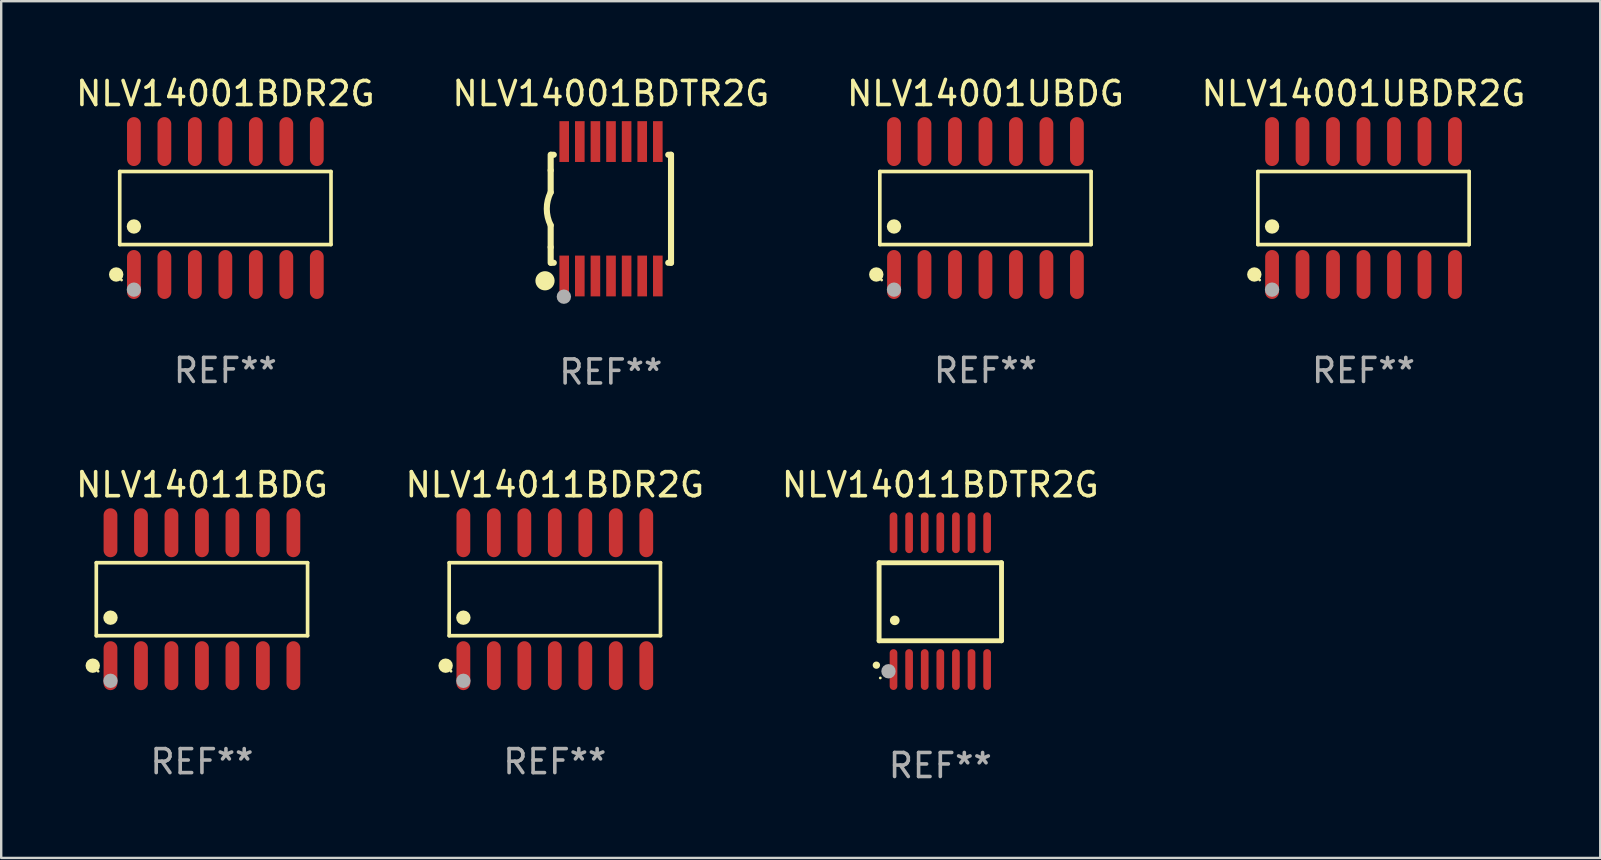
<source format=kicad_pcb>
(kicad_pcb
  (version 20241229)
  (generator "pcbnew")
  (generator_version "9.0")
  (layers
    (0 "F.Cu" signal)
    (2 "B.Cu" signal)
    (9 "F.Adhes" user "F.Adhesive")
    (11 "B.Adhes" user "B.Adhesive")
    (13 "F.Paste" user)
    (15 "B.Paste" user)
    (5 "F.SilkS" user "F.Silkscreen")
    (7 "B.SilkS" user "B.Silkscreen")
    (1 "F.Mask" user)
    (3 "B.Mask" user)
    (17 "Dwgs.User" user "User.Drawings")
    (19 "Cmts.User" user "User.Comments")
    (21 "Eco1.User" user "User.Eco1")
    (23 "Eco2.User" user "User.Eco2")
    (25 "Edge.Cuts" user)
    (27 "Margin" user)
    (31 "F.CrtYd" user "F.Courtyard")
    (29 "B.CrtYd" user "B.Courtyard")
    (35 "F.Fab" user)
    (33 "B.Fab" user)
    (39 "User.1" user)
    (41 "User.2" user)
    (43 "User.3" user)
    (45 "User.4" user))
  (footprint "NLV14011BDR2G"
    (layer "F.Cu")
    (at 20.065 21.914)
    (property "Reference" "NLV14011BDR2G" (at 0 -4.769 0) (layer "F.SilkS") (effects (font (size 1 1) (thickness 0.15))))
    (attr through_hole)
    (fp_line (start -4.401 -1.521) (end 4.401 -1.521) (stroke (width 0.152) (type solid)) (layer "F.SilkS"))
    (fp_line (start -4.401 1.521) (end -4.401 -1.521) (stroke (width 0.152) (type solid)) (layer "F.SilkS"))
    (fp_line (start 4.401 -1.521) (end 4.401 1.521) (stroke (width 0.152) (type solid)) (layer "F.SilkS"))
    (fp_line (start 4.401 1.521) (end -4.401 1.521) (stroke (width 0.152) (type solid)) (layer "F.SilkS"))
    (fp_circle (center -4.549 2.769) (end -4.399 2.769) (stroke (width 0.3) (type solid)) (fill no) (layer "F.SilkS"))
    (fp_circle (center -4.325 3) (end -4.295 3) (stroke (width 0.06) (type solid)) (fill no) (layer "F.SilkS"))
    (fp_circle (center -3.81 0.769) (end -3.66 0.769) (stroke (width 0.3) (type solid)) (fill no) (layer "F.SilkS"))
    (fp_circle (center -3.81 3.4) (end -3.66 3.4) (stroke (width 0.3) (type solid)) (fill no) (layer "F.Fab"))
    (fp_text user "REF**" (at 0 6.769 0) (layer "F.Fab") (effects (font (size 1 1) (thickness 0.15))))
    (pad "1" smd oval (at -3.81 2.769) (size 0.574 2.038) (layers "F.Cu" "F.Mask" "F.Paste"))
    (pad "2" smd oval (at -2.54 2.769) (size 0.574 2.038) (layers "F.Cu" "F.Mask" "F.Paste"))
    (pad "3" smd oval (at -1.27 2.769) (size 0.574 2.038) (layers "F.Cu" "F.Mask" "F.Paste"))
    (pad "4" smd oval (at 0 2.769) (size 0.574 2.038) (layers "F.Cu" "F.Mask" "F.Paste"))
    (pad "5" smd oval (at 1.27 2.769) (size 0.574 2.038) (layers "F.Cu" "F.Mask" "F.Paste"))
    (pad "6" smd oval (at 2.54 2.769) (size 0.574 2.038) (layers "F.Cu" "F.Mask" "F.Paste"))
    (pad "7" smd oval (at 3.81 2.769) (size 0.574 2.038) (layers "F.Cu" "F.Mask" "F.Paste"))
    (pad "8" smd oval (at 3.81 -2.769) (size 0.574 2.038) (layers "F.Cu" "F.Mask" "F.Paste"))
    (pad "9" smd oval (at 2.54 -2.769) (size 0.574 2.038) (layers "F.Cu" "F.Mask" "F.Paste"))
    (pad "10" smd oval (at 1.27 -2.769) (size 0.574 2.038) (layers "F.Cu" "F.Mask" "F.Paste"))
    (pad "11" smd oval (at 0 -2.769) (size 0.574 2.038) (layers "F.Cu" "F.Mask" "F.Paste"))
    (pad "12" smd oval (at -1.27 -2.769) (size 0.574 2.038) (layers "F.Cu" "F.Mask" "F.Paste"))
    (pad "13" smd oval (at -2.54 -2.769) (size 0.574 2.038) (layers "F.Cu" "F.Mask" "F.Paste"))
    (pad "14" smd oval (at -3.81 -2.769) (size 0.574 2.038) (layers "F.Cu" "F.Mask" "F.Paste")))
  (footprint "NLV14001UBDG"
    (layer "F.Cu")
    (at 38.006 5.617)
    (property "Reference" "NLV14001UBDG" (at 0 -4.769 0) (layer "F.SilkS") (effects (font (size 1 1) (thickness 0.15))))
    (attr through_hole)
    (fp_line (start -4.401 -1.521) (end 4.401 -1.521) (stroke (width 0.152) (type solid)) (layer "F.SilkS"))
    (fp_line (start -4.401 1.521) (end -4.401 -1.521) (stroke (width 0.152) (type solid)) (layer "F.SilkS"))
    (fp_line (start 4.401 -1.521) (end 4.401 1.521) (stroke (width 0.152) (type solid)) (layer "F.SilkS"))
    (fp_line (start 4.401 1.521) (end -4.401 1.521) (stroke (width 0.152) (type solid)) (layer "F.SilkS"))
    (fp_circle (center -4.549 2.769) (end -4.399 2.769) (stroke (width 0.3) (type solid)) (fill no) (layer "F.SilkS"))
    (fp_circle (center -4.325 3) (end -4.295 3) (stroke (width 0.06) (type solid)) (fill no) (layer "F.SilkS"))
    (fp_circle (center -3.81 0.769) (end -3.66 0.769) (stroke (width 0.3) (type solid)) (fill no) (layer "F.SilkS"))
    (fp_circle (center -3.81 3.4) (end -3.66 3.4) (stroke (width 0.3) (type solid)) (fill no) (layer "F.Fab"))
    (fp_text user "REF**" (at 0 6.769 0) (layer "F.Fab") (effects (font (size 1 1) (thickness 0.15))))
    (pad "1" smd oval (at -3.81 2.769) (size 0.574 2.038) (layers "F.Cu" "F.Mask" "F.Paste"))
    (pad "2" smd oval (at -2.54 2.769) (size 0.574 2.038) (layers "F.Cu" "F.Mask" "F.Paste"))
    (pad "3" smd oval (at -1.27 2.769) (size 0.574 2.038) (layers "F.Cu" "F.Mask" "F.Paste"))
    (pad "4" smd oval (at 0 2.769) (size 0.574 2.038) (layers "F.Cu" "F.Mask" "F.Paste"))
    (pad "5" smd oval (at 1.27 2.769) (size 0.574 2.038) (layers "F.Cu" "F.Mask" "F.Paste"))
    (pad "6" smd oval (at 2.54 2.769) (size 0.574 2.038) (layers "F.Cu" "F.Mask" "F.Paste"))
    (pad "7" smd oval (at 3.81 2.769) (size 0.574 2.038) (layers "F.Cu" "F.Mask" "F.Paste"))
    (pad "8" smd oval (at 3.81 -2.769) (size 0.574 2.038) (layers "F.Cu" "F.Mask" "F.Paste"))
    (pad "9" smd oval (at 2.54 -2.769) (size 0.574 2.038) (layers "F.Cu" "F.Mask" "F.Paste"))
    (pad "10" smd oval (at 1.27 -2.769) (size 0.574 2.038) (layers "F.Cu" "F.Mask" "F.Paste"))
    (pad "11" smd oval (at 0 -2.769) (size 0.574 2.038) (layers "F.Cu" "F.Mask" "F.Paste"))
    (pad "12" smd oval (at -1.27 -2.769) (size 0.574 2.038) (layers "F.Cu" "F.Mask" "F.Paste"))
    (pad "13" smd oval (at -2.54 -2.769) (size 0.574 2.038) (layers "F.Cu" "F.Mask" "F.Paste"))
    (pad "14" smd oval (at -3.81 -2.769) (size 0.574 2.038) (layers "F.Cu" "F.Mask" "F.Paste")))
  (footprint "NLV14011BDG"
    (layer "F.Cu")
    (at 5.363 21.914)
    (property "Reference" "NLV14011BDG" (at 0 -4.769 0) (layer "F.SilkS") (effects (font (size 1 1) (thickness 0.15))))
    (attr through_hole)
    (fp_line (start -4.401 -1.521) (end 4.401 -1.521) (stroke (width 0.152) (type solid)) (layer "F.SilkS"))
    (fp_line (start -4.401 1.521) (end -4.401 -1.521) (stroke (width 0.152) (type solid)) (layer "F.SilkS"))
    (fp_line (start 4.401 -1.521) (end 4.401 1.521) (stroke (width 0.152) (type solid)) (layer "F.SilkS"))
    (fp_line (start 4.401 1.521) (end -4.401 1.521) (stroke (width 0.152) (type solid)) (layer "F.SilkS"))
    (fp_circle (center -4.549 2.769) (end -4.399 2.769) (stroke (width 0.3) (type solid)) (fill no) (layer "F.SilkS"))
    (fp_circle (center -4.325 3) (end -4.295 3) (stroke (width 0.06) (type solid)) (fill no) (layer "F.SilkS"))
    (fp_circle (center -3.81 0.769) (end -3.66 0.769) (stroke (width 0.3) (type solid)) (fill no) (layer "F.SilkS"))
    (fp_circle (center -3.81 3.4) (end -3.66 3.4) (stroke (width 0.3) (type solid)) (fill no) (layer "F.Fab"))
    (fp_text user "REF**" (at 0 6.769 0) (layer "F.Fab") (effects (font (size 1 1) (thickness 0.15))))
    (pad "1" smd oval (at -3.81 2.769) (size 0.574 2.038) (layers "F.Cu" "F.Mask" "F.Paste"))
    (pad "2" smd oval (at -2.54 2.769) (size 0.574 2.038) (layers "F.Cu" "F.Mask" "F.Paste"))
    (pad "3" smd oval (at -1.27 2.769) (size 0.574 2.038) (layers "F.Cu" "F.Mask" "F.Paste"))
    (pad "4" smd oval (at 0 2.769) (size 0.574 2.038) (layers "F.Cu" "F.Mask" "F.Paste"))
    (pad "5" smd oval (at 1.27 2.769) (size 0.574 2.038) (layers "F.Cu" "F.Mask" "F.Paste"))
    (pad "6" smd oval (at 2.54 2.769) (size 0.574 2.038) (layers "F.Cu" "F.Mask" "F.Paste"))
    (pad "7" smd oval (at 3.81 2.769) (size 0.574 2.038) (layers "F.Cu" "F.Mask" "F.Paste"))
    (pad "8" smd oval (at 3.81 -2.769) (size 0.574 2.038) (layers "F.Cu" "F.Mask" "F.Paste"))
    (pad "9" smd oval (at 2.54 -2.769) (size 0.574 2.038) (layers "F.Cu" "F.Mask" "F.Paste"))
    (pad "10" smd oval (at 1.27 -2.769) (size 0.574 2.038) (layers "F.Cu" "F.Mask" "F.Paste"))
    (pad "11" smd oval (at 0 -2.769) (size 0.574 2.038) (layers "F.Cu" "F.Mask" "F.Paste"))
    (pad "12" smd oval (at -1.27 -2.769) (size 0.574 2.038) (layers "F.Cu" "F.Mask" "F.Paste"))
    (pad "13" smd oval (at -2.54 -2.769) (size 0.574 2.038) (layers "F.Cu" "F.Mask" "F.Paste"))
    (pad "14" smd oval (at -3.81 -2.769) (size 0.574 2.038) (layers "F.Cu" "F.Mask" "F.Paste")))
  (footprint "NLV14001BDTR2G"
    (layer "F.Cu")
    (at 22.399 5.648)
    (property "Reference" "NLV14001BDTR2G" (at 0 -4.8 0) (layer "F.SilkS") (effects (font (size 1 1) (thickness 0.15))))
    (attr through_hole)
    (fp_line (start -2.507 -1.6) (end -2.507 -2.25) (stroke (width 0.254) (type solid)) (layer "F.SilkS"))
    (fp_line (start -2.507 -0.686) (end -2.507 -1.6) (stroke (width 0.254) (type solid)) (layer "F.SilkS"))
    (fp_line (start -2.507 1.6) (end -2.507 0.686) (stroke (width 0.254) (type solid)) (layer "F.SilkS"))
    (fp_line (start -2.507 1.6) (end -2.507 2.25) (stroke (width 0.254) (type solid)) (layer "F.SilkS"))
    (fp_line (start -2.493 -2.25) (end -2.377 -2.25) (stroke (width 0.254) (type solid)) (layer "F.SilkS"))
    (fp_line (start -2.377 2.25) (end -2.493 2.25) (stroke (width 0.254) (type solid)) (layer "F.SilkS"))
    (fp_line (start 2.392 -2.25) (end 2.507 -2.25) (stroke (width 0.254) (type solid)) (layer "F.SilkS"))
    (fp_line (start 2.507 -2.25) (end 2.507 2.25) (stroke (width 0.254) (type solid)) (layer "F.SilkS"))
    (fp_line (start 2.507 2.25) (end 2.392 2.25) (stroke (width 0.254) (type solid)) (layer "F.SilkS"))
    (fp_arc (start -2.507303 0.685802) (mid -2.669199 0) (end -2.507303 -0.685801) (stroke (width 0.254001) (type solid)) (layer "F.SilkS"))
    (fp_circle (center -2.743 3) (end -2.543 3) (stroke (width 0.4) (type solid)) (fill no) (layer "F.SilkS"))
    (fp_circle (center -2.493 3.2) (end -2.463 3.2) (stroke (width 0.06) (type solid)) (fill no) (layer "F.SilkS"))
    (fp_circle (center -1.957 3.662) (end -1.807 3.662) (stroke (width 0.3) (type solid)) (fill no) (layer "F.Fab"))
    (fp_text user "REF**" (at 0 6.8 0) (layer "F.Fab") (effects (font (size 1 1) (thickness 0.15))))
    (pad "1" smd rect (at -1.943 2.8) (size 0.4 1.7) (layers "F.Cu" "F.Mask" "F.Paste"))
    (pad "2" smd rect (at -1.293 2.8) (size 0.4 1.7) (layers "F.Cu" "F.Mask" "F.Paste"))
    (pad "3" smd rect (at -0.643 2.8) (size 0.4 1.7) (layers "F.Cu" "F.Mask" "F.Paste"))
    (pad "4" smd rect (at 0.007 2.8) (size 0.4 1.7) (layers "F.Cu" "F.Mask" "F.Paste"))
    (pad "5" smd rect (at 0.657 2.8) (size 0.4 1.7) (layers "F.Cu" "F.Mask" "F.Paste"))
    (pad "6" smd rect (at 1.307 2.8) (size 0.4 1.7) (layers "F.Cu" "F.Mask" "F.Paste"))
    (pad "7" smd rect (at 1.957 2.8) (size 0.4 1.7) (layers "F.Cu" "F.Mask" "F.Paste"))
    (pad "8" smd rect (at 1.957 -2.8) (size 0.4 1.7) (layers "F.Cu" "F.Mask" "F.Paste"))
    (pad "9" smd rect (at 1.307 -2.8) (size 0.4 1.7) (layers "F.Cu" "F.Mask" "F.Paste"))
    (pad "10" smd rect (at 0.657 -2.8) (size 0.4 1.7) (layers "F.Cu" "F.Mask" "F.Paste"))
    (pad "11" smd rect (at 0.007 -2.8) (size 0.4 1.7) (layers "F.Cu" "F.Mask" "F.Paste"))
    (pad "12" smd rect (at -0.643 -2.8) (size 0.4 1.7) (layers "F.Cu" "F.Mask" "F.Paste"))
    (pad "13" smd rect (at -1.293 -2.8) (size 0.4 1.7) (layers "F.Cu" "F.Mask" "F.Paste"))
    (pad "14" smd rect (at -1.943 -2.8) (size 0.4 1.7) (layers "F.Cu" "F.Mask" "F.Paste")))
  (footprint "NLV14001BDR2G"
    (layer "F.Cu")
    (at 6.339 5.617)
    (property "Reference" "NLV14001BDR2G" (at 0 -4.769 0) (layer "F.SilkS") (effects (font (size 1 1) (thickness 0.15))))
    (attr through_hole)
    (fp_line (start -4.401 -1.521) (end 4.401 -1.521) (stroke (width 0.152) (type solid)) (layer "F.SilkS"))
    (fp_line (start -4.401 1.521) (end -4.401 -1.521) (stroke (width 0.152) (type solid)) (layer "F.SilkS"))
    (fp_line (start 4.401 -1.521) (end 4.401 1.521) (stroke (width 0.152) (type solid)) (layer "F.SilkS"))
    (fp_line (start 4.401 1.521) (end -4.401 1.521) (stroke (width 0.152) (type solid)) (layer "F.SilkS"))
    (fp_circle (center -4.549 2.769) (end -4.399 2.769) (stroke (width 0.3) (type solid)) (fill no) (layer "F.SilkS"))
    (fp_circle (center -4.325 3) (end -4.295 3) (stroke (width 0.06) (type solid)) (fill no) (layer "F.SilkS"))
    (fp_circle (center -3.81 0.769) (end -3.66 0.769) (stroke (width 0.3) (type solid)) (fill no) (layer "F.SilkS"))
    (fp_circle (center -3.81 3.4) (end -3.66 3.4) (stroke (width 0.3) (type solid)) (fill no) (layer "F.Fab"))
    (fp_text user "REF**" (at 0 6.769 0) (layer "F.Fab") (effects (font (size 1 1) (thickness 0.15))))
    (pad "1" smd oval (at -3.81 2.769) (size 0.574 2.038) (layers "F.Cu" "F.Mask" "F.Paste"))
    (pad "2" smd oval (at -2.54 2.769) (size 0.574 2.038) (layers "F.Cu" "F.Mask" "F.Paste"))
    (pad "3" smd oval (at -1.27 2.769) (size 0.574 2.038) (layers "F.Cu" "F.Mask" "F.Paste"))
    (pad "4" smd oval (at 0 2.769) (size 0.574 2.038) (layers "F.Cu" "F.Mask" "F.Paste"))
    (pad "5" smd oval (at 1.27 2.769) (size 0.574 2.038) (layers "F.Cu" "F.Mask" "F.Paste"))
    (pad "6" smd oval (at 2.54 2.769) (size 0.574 2.038) (layers "F.Cu" "F.Mask" "F.Paste"))
    (pad "7" smd oval (at 3.81 2.769) (size 0.574 2.038) (layers "F.Cu" "F.Mask" "F.Paste"))
    (pad "8" smd oval (at 3.81 -2.769) (size 0.574 2.038) (layers "F.Cu" "F.Mask" "F.Paste"))
    (pad "9" smd oval (at 2.54 -2.769) (size 0.574 2.038) (layers "F.Cu" "F.Mask" "F.Paste"))
    (pad "10" smd oval (at 1.27 -2.769) (size 0.574 2.038) (layers "F.Cu" "F.Mask" "F.Paste"))
    (pad "11" smd oval (at 0 -2.769) (size 0.574 2.038) (layers "F.Cu" "F.Mask" "F.Paste"))
    (pad "12" smd oval (at -1.27 -2.769) (size 0.574 2.038) (layers "F.Cu" "F.Mask" "F.Paste"))
    (pad "13" smd oval (at -2.54 -2.769) (size 0.574 2.038) (layers "F.Cu" "F.Mask" "F.Paste"))
    (pad "14" smd oval (at -3.81 -2.769) (size 0.574 2.038) (layers "F.Cu" "F.Mask" "F.Paste")))
  (footprint "NLV14001UBDR2G"
    (layer "F.Cu")
    (at 53.756 5.617)
    (property "Reference" "NLV14001UBDR2G" (at 0 -4.769 0) (layer "F.SilkS") (effects (font (size 1 1) (thickness 0.15))))
    (attr through_hole)
    (fp_line (start -4.401 -1.521) (end 4.401 -1.521) (stroke (width 0.152) (type solid)) (layer "F.SilkS"))
    (fp_line (start -4.401 1.521) (end -4.401 -1.521) (stroke (width 0.152) (type solid)) (layer "F.SilkS"))
    (fp_line (start 4.401 -1.521) (end 4.401 1.521) (stroke (width 0.152) (type solid)) (layer "F.SilkS"))
    (fp_line (start 4.401 1.521) (end -4.401 1.521) (stroke (width 0.152) (type solid)) (layer "F.SilkS"))
    (fp_circle (center -4.549 2.769) (end -4.399 2.769) (stroke (width 0.3) (type solid)) (fill no) (layer "F.SilkS"))
    (fp_circle (center -4.325 3) (end -4.295 3) (stroke (width 0.06) (type solid)) (fill no) (layer "F.SilkS"))
    (fp_circle (center -3.81 0.769) (end -3.66 0.769) (stroke (width 0.3) (type solid)) (fill no) (layer "F.SilkS"))
    (fp_circle (center -3.81 3.4) (end -3.66 3.4) (stroke (width 0.3) (type solid)) (fill no) (layer "F.Fab"))
    (fp_text user "REF**" (at 0 6.769 0) (layer "F.Fab") (effects (font (size 1 1) (thickness 0.15))))
    (pad "1" smd oval (at -3.81 2.769) (size 0.574 2.038) (layers "F.Cu" "F.Mask" "F.Paste"))
    (pad "2" smd oval (at -2.54 2.769) (size 0.574 2.038) (layers "F.Cu" "F.Mask" "F.Paste"))
    (pad "3" smd oval (at -1.27 2.769) (size 0.574 2.038) (layers "F.Cu" "F.Mask" "F.Paste"))
    (pad "4" smd oval (at 0 2.769) (size 0.574 2.038) (layers "F.Cu" "F.Mask" "F.Paste"))
    (pad "5" smd oval (at 1.27 2.769) (size 0.574 2.038) (layers "F.Cu" "F.Mask" "F.Paste"))
    (pad "6" smd oval (at 2.54 2.769) (size 0.574 2.038) (layers "F.Cu" "F.Mask" "F.Paste"))
    (pad "7" smd oval (at 3.81 2.769) (size 0.574 2.038) (layers "F.Cu" "F.Mask" "F.Paste"))
    (pad "8" smd oval (at 3.81 -2.769) (size 0.574 2.038) (layers "F.Cu" "F.Mask" "F.Paste"))
    (pad "9" smd oval (at 2.54 -2.769) (size 0.574 2.038) (layers "F.Cu" "F.Mask" "F.Paste"))
    (pad "10" smd oval (at 1.27 -2.769) (size 0.574 2.038) (layers "F.Cu" "F.Mask" "F.Paste"))
    (pad "11" smd oval (at 0 -2.769) (size 0.574 2.038) (layers "F.Cu" "F.Mask" "F.Paste"))
    (pad "12" smd oval (at -1.27 -2.769) (size 0.574 2.038) (layers "F.Cu" "F.Mask" "F.Paste"))
    (pad "13" smd oval (at -2.54 -2.769) (size 0.574 2.038) (layers "F.Cu" "F.Mask" "F.Paste"))
    (pad "14" smd oval (at -3.81 -2.769) (size 0.574 2.038) (layers "F.Cu" "F.Mask" "F.Paste")))
  (footprint "NLV14011BDTR2G"
    (layer "F.Cu")
    (at 36.125 21.995)
    (property "Reference" "NLV14011BDTR2G" (at 0 -4.85 0) (layer "F.SilkS") (effects (font (size 1 1) (thickness 0.15))))
    (attr through_hole)
    (fp_line (start -2.55 -1.6) (end 2.55 -1.6) (stroke (width 0.203) (type solid)) (layer "F.SilkS"))
    (fp_line (start -2.55 1.651) (end -2.55 -1.6) (stroke (width 0.203) (type solid)) (layer "F.SilkS"))
    (fp_line (start 2.55 -1.6) (end 2.55 1.651) (stroke (width 0.203) (type solid)) (layer "F.SilkS"))
    (fp_line (start 2.55 1.651) (end -2.55 1.651) (stroke (width 0.203) (type solid)) (layer "F.SilkS"))
    (fp_arc (start -2.667005 2.667005) (mid -2.663677 2.667046) (end -2.66035 2.667157) (stroke (width 0.3) (type solid)) (layer "F.SilkS"))
    (fp_arc (start -1.9 0.8) (mid -1.897803 0.800014) (end -1.895606 0.800051) (stroke (width 0.4) (type solid)) (layer "F.SilkS"))
    (fp_circle (center -2.5 3.2) (end -2.47 3.2) (stroke (width 0.06) (type solid)) (fill no) (layer "F.SilkS"))
    (fp_circle (center -2.159 2.921) (end -2.009 2.921) (stroke (width 0.3) (type solid)) (fill no) (layer "F.Fab"))
    (fp_text user "REF**" (at 0 6.85 0) (layer "F.Fab") (effects (font (size 1 1) (thickness 0.15))))
    (pad "1" smd oval (at -1.95 2.85 180) (size 0.32 1.7) (layers "F.Cu" "F.Mask" "F.Paste"))
    (pad "2" smd oval (at -1.3 2.85 180) (size 0.32 1.7) (layers "F.Cu" "F.Mask" "F.Paste"))
    (pad "3" smd oval (at -0.65 2.85 180) (size 0.32 1.7) (layers "F.Cu" "F.Mask" "F.Paste"))
    (pad "4" smd oval (at 0 2.85 180) (size 0.32 1.7) (layers "F.Cu" "F.Mask" "F.Paste"))
    (pad "5" smd oval (at 0.65 2.85 180) (size 0.32 1.7) (layers "F.Cu" "F.Mask" "F.Paste"))
    (pad "6" smd oval (at 1.3 2.85 180) (size 0.32 1.7) (layers "F.Cu" "F.Mask" "F.Paste"))
    (pad "7" smd oval (at 1.95 2.85 180) (size 0.32 1.7) (layers "F.Cu" "F.Mask" "F.Paste"))
    (pad "8" smd oval (at 1.95 -2.85 180) (size 0.32 1.7) (layers "F.Cu" "F.Mask" "F.Paste"))
    (pad "9" smd oval (at 1.3 -2.85 180) (size 0.32 1.7) (layers "F.Cu" "F.Mask" "F.Paste"))
    (pad "10" smd oval (at 0.65 -2.85 180) (size 0.32 1.7) (layers "F.Cu" "F.Mask" "F.Paste"))
    (pad "11" smd oval (at 0 -2.85 180) (size 0.32 1.7) (layers "F.Cu" "F.Mask" "F.Paste"))
    (pad "12" smd oval (at -0.65 -2.85 180) (size 0.32 1.7) (layers "F.Cu" "F.Mask" "F.Paste"))
    (pad "13" smd oval (at -1.3 -2.85 180) (size 0.32 1.7) (layers "F.Cu" "F.Mask" "F.Paste"))
    (pad "14" smd oval (at -1.95 -2.85 180) (size 0.32 1.7) (layers "F.Cu" "F.Mask" "F.Paste")))
  (gr_rect
    (start -3 -3)
    (end 63.619 32.693)
    (stroke (width 0.1) (type default))
    (fill no)
    (layer "Edge.Cuts")))
</source>
